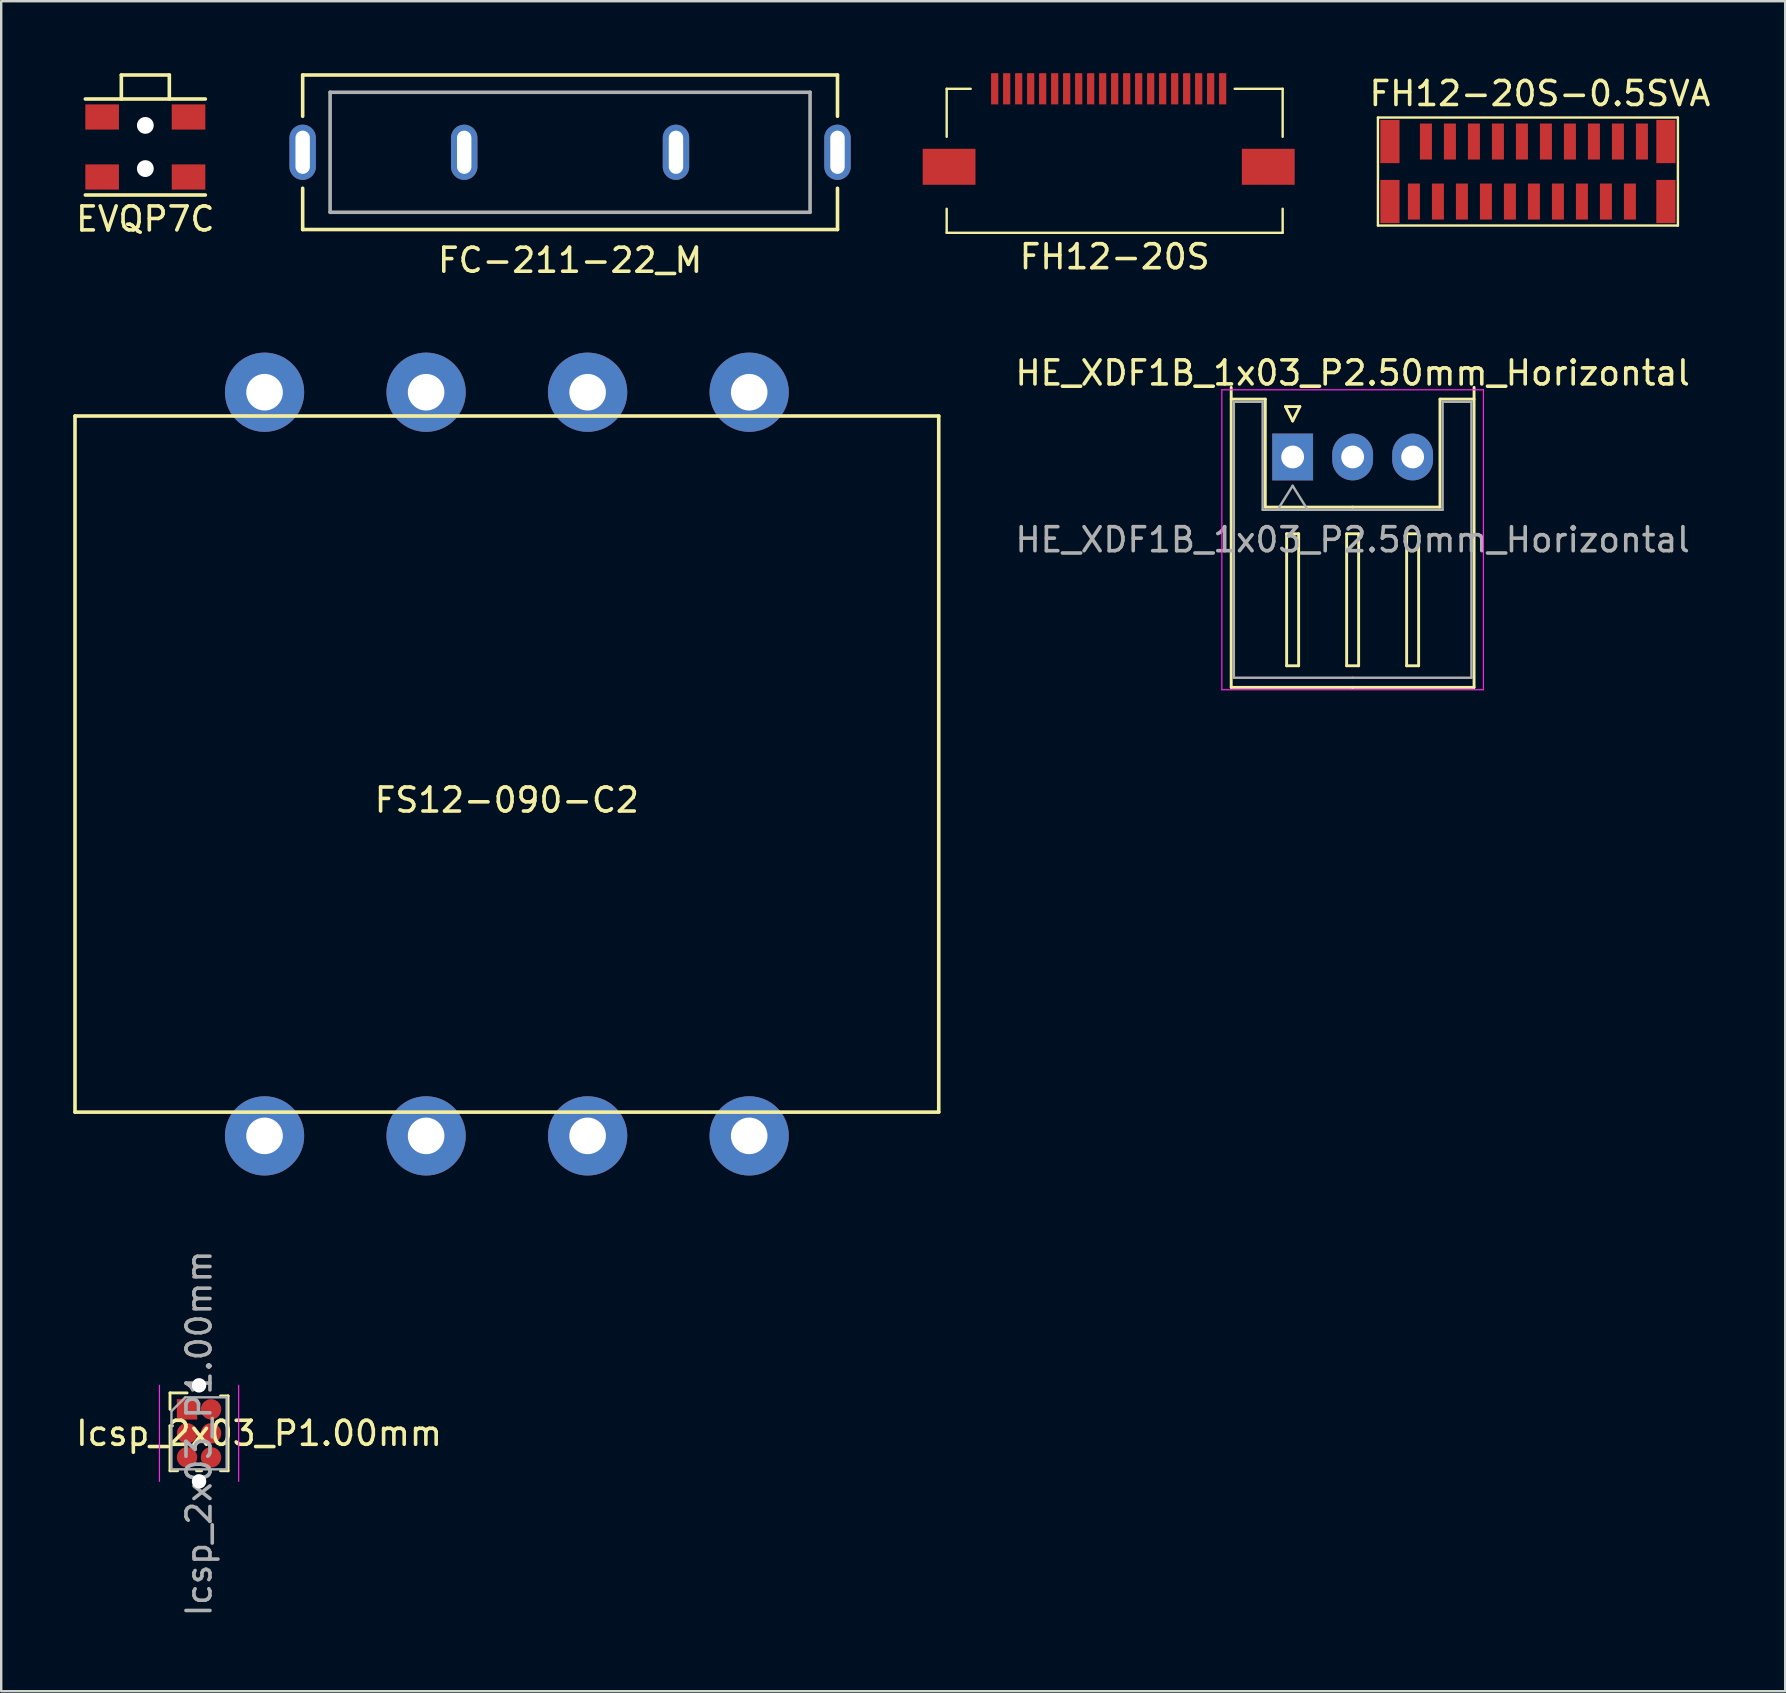
<source format=kicad_pcb>
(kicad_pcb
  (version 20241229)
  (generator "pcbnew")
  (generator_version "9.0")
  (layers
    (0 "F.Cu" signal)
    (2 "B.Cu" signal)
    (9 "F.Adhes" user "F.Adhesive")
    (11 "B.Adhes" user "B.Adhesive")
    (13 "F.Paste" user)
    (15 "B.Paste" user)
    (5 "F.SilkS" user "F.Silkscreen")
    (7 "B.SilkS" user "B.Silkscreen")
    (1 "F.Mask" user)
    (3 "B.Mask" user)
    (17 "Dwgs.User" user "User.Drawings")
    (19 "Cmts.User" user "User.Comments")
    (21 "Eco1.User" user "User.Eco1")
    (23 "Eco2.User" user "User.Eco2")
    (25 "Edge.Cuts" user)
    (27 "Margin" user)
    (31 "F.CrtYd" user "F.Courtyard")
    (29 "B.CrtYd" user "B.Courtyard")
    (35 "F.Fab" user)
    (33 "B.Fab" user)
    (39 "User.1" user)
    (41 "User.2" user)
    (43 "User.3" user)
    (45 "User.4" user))
  (footprint "FS12-090-C2"
    (layer "F.Cu")
    (at 18.071 28.788)
    (property "Reference" "FS12-090-C2" (at 0 1.5 0) (layer "F.SilkS") (effects (font (size 1 1) (thickness 0.15))))
    (attr through_hole)
    (fp_line (start -17.996 -14.503) (end 17.996 -14.503) (stroke (width 0.15) (type solid)) (layer "F.SilkS"))
    (fp_line (start -17.996 14.5) (end -17.996 -14.5) (stroke (width 0.15) (type solid)) (layer "F.SilkS"))
    (fp_line (start 17.996 -14.5) (end 17.996 14.5) (stroke (width 0.15) (type solid)) (layer "F.SilkS"))
    (fp_line (start 17.996 14.503) (end -17.996 14.503) (stroke (width 0.15) (type solid)) (layer "F.SilkS"))
    (pad "1" thru_hole circle (at -10.097 15.494) (size 3.302 3.302) (drill 1.524) (layers "*.Cu" "*.Mask"))
    (pad "2" thru_hole circle (at -3.365 15.494) (size 3.302 3.302) (drill 1.524) (layers "*.Cu" "*.Mask"))
    (pad "3" thru_hole circle (at 3.365 15.494) (size 3.302 3.302) (drill 1.524) (layers "*.Cu" "*.Mask"))
    (pad "4" thru_hole circle (at 10.097 15.494) (size 3.302 3.302) (drill 1.524) (layers "*.Cu" "*.Mask"))
    (pad "5" thru_hole circle (at -10.097 -15.494) (size 3.302 3.302) (drill 1.524) (layers "*.Cu" "*.Mask"))
    (pad "6" thru_hole circle (at -3.365 -15.494) (size 3.302 3.302) (drill 1.524) (layers "*.Cu" "*.Mask"))
    (pad "7" thru_hole circle (at 3.365 -15.494) (size 3.302 3.302) (drill 1.524) (layers "*.Cu" "*.Mask"))
    (pad "8" thru_hole circle (at 10.097 -15.494) (size 3.302 3.302) (drill 1.524) (layers "*.Cu" "*.Mask")))
  (footprint "FH12-20S"
    (layer "F.Cu")
    (at 38.398 0.65)
    (property "Reference" "FH12-20S" (at 5 7 0) (layer "F.SilkS") (effects (font (size 1 1) (thickness 0.15))))
    (attr through_hole)
    (fp_line (start -2 0) (end -1 0) (stroke (width 0.1) (type solid)) (layer "F.SilkS"))
    (fp_line (start -2 2) (end -2 0) (stroke (width 0.1) (type solid)) (layer "F.SilkS"))
    (fp_line (start -2 6) (end -2 5) (stroke (width 0.1) (type solid)) (layer "F.SilkS"))
    (fp_line (start 10 0) (end 12 0) (stroke (width 0.1) (type solid)) (layer "F.SilkS"))
    (fp_line (start 12 0) (end 12 2) (stroke (width 0.1) (type solid)) (layer "F.SilkS"))
    (fp_line (start 12 5) (end 12 6) (stroke (width 0.1) (type solid)) (layer "F.SilkS"))
    (fp_line (start 12 6) (end -2 6) (stroke (width 0.1) (type solid)) (layer "F.SilkS"))
    (pad "" smd rect (at -1.9 3.25) (size 2.2 1.5) (layers "F.Cu" "F.Mask" "F.Paste"))
    (pad "" smd rect (at 11.4 3.25) (size 2.2 1.5) (layers "F.Cu" "F.Mask" "F.Paste"))
    (pad "1" smd rect (at 0 0) (size 0.3 1.3) (layers "F.Cu" "F.Mask" "F.Paste"))
    (pad "2" smd rect (at 0.5 0) (size 0.3 1.3) (layers "F.Cu" "F.Mask" "F.Paste"))
    (pad "3" smd rect (at 1 0) (size 0.3 1.3) (layers "F.Cu" "F.Mask" "F.Paste"))
    (pad "4" smd rect (at 1.5 0) (size 0.3 1.3) (layers "F.Cu" "F.Mask" "F.Paste"))
    (pad "5" smd rect (at 2 0) (size 0.3 1.3) (layers "F.Cu" "F.Mask" "F.Paste"))
    (pad "6" smd rect (at 2.5 0) (size 0.3 1.3) (layers "F.Cu" "F.Mask" "F.Paste"))
    (pad "7" smd rect (at 3 0) (size 0.3 1.3) (layers "F.Cu" "F.Mask" "F.Paste"))
    (pad "8" smd rect (at 3.5 0) (size 0.3 1.3) (layers "F.Cu" "F.Mask" "F.Paste"))
    (pad "9" smd rect (at 4 0) (size 0.3 1.3) (layers "F.Cu" "F.Mask" "F.Paste"))
    (pad "10" smd rect (at 4.5 0) (size 0.3 1.3) (layers "F.Cu" "F.Mask" "F.Paste"))
    (pad "11" smd rect (at 5 0) (size 0.3 1.3) (layers "F.Cu" "F.Mask" "F.Paste"))
    (pad "12" smd rect (at 5.5 0) (size 0.3 1.3) (layers "F.Cu" "F.Mask" "F.Paste"))
    (pad "13" smd rect (at 6 0) (size 0.3 1.3) (layers "F.Cu" "F.Mask" "F.Paste"))
    (pad "14" smd rect (at 6.5 0) (size 0.3 1.3) (layers "F.Cu" "F.Mask" "F.Paste"))
    (pad "15" smd rect (at 7 0) (size 0.3 1.3) (layers "F.Cu" "F.Mask" "F.Paste"))
    (pad "16" smd rect (at 7.5 0) (size 0.3 1.3) (layers "F.Cu" "F.Mask" "F.Paste"))
    (pad "17" smd rect (at 8 0) (size 0.3 1.3) (layers "F.Cu" "F.Mask" "F.Paste"))
    (pad "18" smd rect (at 8.5 0) (size 0.3 1.3) (layers "F.Cu" "F.Mask" "F.Paste"))
    (pad "19" smd rect (at 9 0) (size 0.3 1.3) (layers "F.Cu" "F.Mask" "F.Paste"))
    (pad "20" smd rect (at 9.5 0) (size 0.3 1.3) (layers "F.Cu" "F.Mask" "F.Paste")))
  (footprint "EVQP7C"
    (layer "F.Cu")
    (at 3.006 3.075)
    (property "Reference" "EVQP7C" (at 0 3 0) (layer "F.SilkS") (effects (font (size 1 1) (thickness 0.15))))
    (attr through_hole)
    (fp_line (start -2.5 -2) (end 2.5 -2) (stroke (width 0.15) (type solid)) (layer "F.SilkS"))
    (fp_line (start -1 -3) (end 1 -3) (stroke (width 0.15) (type solid)) (layer "F.SilkS"))
    (fp_line (start -1 -2) (end -1 -3) (stroke (width 0.15) (type solid)) (layer "F.SilkS"))
    (fp_line (start 1 -3) (end 1 -2) (stroke (width 0.15) (type solid)) (layer "F.SilkS"))
    (fp_line (start 2.5 2) (end -2.5 2) (stroke (width 0.15) (type solid)) (layer "F.SilkS"))
    (pad "" np_thru_hole circle (at 0 -0.9) (size 0.7 0.7) (drill 0.7) (layers "*.Cu" "*.Mask"))
    (pad "" np_thru_hole circle (at 0 0.9) (size 0.7 0.7) (drill 0.7) (layers "*.Cu" "*.Mask"))
    (pad "1" smd rect (at -1.8 -1.25) (size 1.4 1.05) (layers "F.Cu" "F.Mask" "F.Paste"))
    (pad "1" smd rect (at 1.8 -1.25) (size 1.4 1.05) (layers "F.Cu" "F.Mask" "F.Paste"))
    (pad "2" smd rect (at -1.8 1.25) (size 1.4 1.05) (layers "F.Cu" "F.Mask" "F.Paste"))
    (pad "2" smd rect (at 1.8 1.25) (size 1.4 1.05) (layers "F.Cu" "F.Mask" "F.Paste")))
  (footprint "Icsp_2x03_P1.00mm"
    (layer "F.Cu")
    (at 4.744 55.677)
    (property "Reference" "Icsp_2x03_P1.00mm" (at 3 1 0) (layer "F.SilkS") (effects (font (size 1 1) (thickness 0.15))))
    (attr through_hole)
    (fp_line (start -0.71 -0.685) (end 0 -0.685) (stroke (width 0.12) (type solid)) (layer "F.SilkS"))
    (fp_line (start -0.71 0) (end -0.71 -0.685) (stroke (width 0.12) (type solid)) (layer "F.SilkS"))
    (fp_line (start -0.71 0.685) (end -0.71 2.56) (stroke (width 0.12) (type solid)) (layer "F.SilkS"))
    (fp_line (start -0.71 0.685) (end -0.608 0.685) (stroke (width 0.12) (type solid)) (layer "F.SilkS"))
    (fp_line (start -0.71 2.56) (end -0.394 2.56) (stroke (width 0.12) (type solid)) (layer "F.SilkS"))
    (fp_line (start 0.394 2.56) (end 0.606 2.56) (stroke (width 0.12) (type solid)) (layer "F.SilkS"))
    (fp_line (start 1.394 -0.56) (end 1.71 -0.56) (stroke (width 0.12) (type solid)) (layer "F.SilkS"))
    (fp_line (start 1.394 2.56) (end 1.71 2.56) (stroke (width 0.12) (type solid)) (layer "F.SilkS"))
    (fp_line (start 1.71 -0.56) (end 1.71 2.56) (stroke (width 0.12) (type solid)) (layer "F.SilkS"))
    (fp_line (start -1.15 -1) (end -1.15 3) (stroke (width 0.05) (type solid)) (layer "F.CrtYd"))
    (fp_line (start 2.15 3) (end 2.15 -1) (stroke (width 0.05) (type solid)) (layer "F.CrtYd"))
    (fp_line (start -0.65 0.075) (end -0.075 -0.5) (stroke (width 0.1) (type solid)) (layer "F.Fab"))
    (fp_line (start -0.65 2.5) (end -0.65 0.075) (stroke (width 0.1) (type solid)) (layer "F.Fab"))
    (fp_line (start -0.075 -0.5) (end 1.65 -0.5) (stroke (width 0.1) (type solid)) (layer "F.Fab"))
    (fp_line (start 1.65 -0.5) (end 1.65 2.5) (stroke (width 0.1) (type solid)) (layer "F.Fab"))
    (fp_line (start 1.65 2.5) (end -0.65 2.5) (stroke (width 0.1) (type solid)) (layer "F.Fab"))
    (fp_text user "${REFERENCE}" (at 0.5 1 90) (layer "F.Fab") (effects (font (size 1 1) (thickness 0.15))))
    (pad "" np_thru_hole circle (at 0.5 -1) (size 0.6 0.6) (drill 0.6) (layers "*.Cu" "*.Mask"))
    (pad "" np_thru_hole circle (at 0.5 3) (size 0.6 0.6) (drill 0.6) (layers "*.Cu" "*.Mask"))
    (pad "1" smd rect (at 0 0) (size 0.85 0.85) (layers "F.Cu" "F.Mask"))
    (pad "2" smd oval (at 1 0) (size 0.85 0.85) (layers "F.Cu" "F.Mask"))
    (pad "3" smd oval (at 0 1) (size 0.85 0.85) (layers "F.Cu" "F.Mask"))
    (pad "4" smd oval (at 1 1) (size 0.85 0.85) (layers "F.Cu" "F.Mask"))
    (pad "5" smd oval (at 0 2) (size 0.85 0.85) (layers "F.Cu" "F.Mask"))
    (pad "6" smd oval (at 1 2) (size 0.85 0.85) (layers "F.Cu" "F.Mask")))
  (footprint "HE_XDF1B_1x03_P2.50mm_Horizontal"
    (layer "F.Cu")
    (at 53.314 15.992)
    (property "Reference" "HE_XDF1B_1x03_P2.50mm_Horizontal" (at 0 -3.5 0) (layer "F.SilkS") (effects (font (size 1 1) (thickness 0.15))))
    (attr through_hole)
    (fp_line (start -5.06 -2.41) (end -3.64 -2.41) (stroke (width 0.12) (type solid)) (layer "F.SilkS"))
    (fp_line (start -5.06 9.6) (end -5.06 -2.9) (stroke (width 0.12) (type solid)) (layer "F.SilkS"))
    (fp_line (start -3.64 -2.41) (end -3.64 2.09) (stroke (width 0.12) (type solid)) (layer "F.SilkS"))
    (fp_line (start -3.64 2.09) (end 0 2.09) (stroke (width 0.12) (type solid)) (layer "F.SilkS"))
    (fp_line (start -2.8 -2.1) (end -2.2 -2.1) (stroke (width 0.12) (type solid)) (layer "F.SilkS"))
    (fp_line (start -2.75 3.2) (end -2.75 8.7) (stroke (width 0.12) (type solid)) (layer "F.SilkS"))
    (fp_line (start -2.75 8.7) (end -2.25 8.7) (stroke (width 0.12) (type solid)) (layer "F.SilkS"))
    (fp_line (start -2.5 -1.5) (end -2.8 -2.1) (stroke (width 0.12) (type solid)) (layer "F.SilkS"))
    (fp_line (start -2.25 3.2) (end -2.75 3.2) (stroke (width 0.12) (type solid)) (layer "F.SilkS"))
    (fp_line (start -2.25 8.7) (end -2.25 3.2) (stroke (width 0.12) (type solid)) (layer "F.SilkS"))
    (fp_line (start -2.2 -2.1) (end -2.5 -1.5) (stroke (width 0.12) (type solid)) (layer "F.SilkS"))
    (fp_line (start -0.25 3.2) (end -0.25 8.7) (stroke (width 0.12) (type solid)) (layer "F.SilkS"))
    (fp_line (start -0.25 8.7) (end 0.25 8.7) (stroke (width 0.12) (type solid)) (layer "F.SilkS"))
    (fp_line (start 0 9.6) (end -5.06 9.6) (stroke (width 0.12) (type solid)) (layer "F.SilkS"))
    (fp_line (start 0 9.6) (end 5.06 9.6) (stroke (width 0.12) (type solid)) (layer "F.SilkS"))
    (fp_line (start 0.25 3.2) (end -0.25 3.2) (stroke (width 0.12) (type solid)) (layer "F.SilkS"))
    (fp_line (start 0.25 8.7) (end 0.25 3.2) (stroke (width 0.12) (type solid)) (layer "F.SilkS"))
    (fp_line (start 2.25 3.2) (end 2.25 8.7) (stroke (width 0.12) (type solid)) (layer "F.SilkS"))
    (fp_line (start 2.25 8.7) (end 2.75 8.7) (stroke (width 0.12) (type solid)) (layer "F.SilkS"))
    (fp_line (start 2.75 3.2) (end 2.25 3.2) (stroke (width 0.12) (type solid)) (layer "F.SilkS"))
    (fp_line (start 2.75 8.7) (end 2.75 3.2) (stroke (width 0.12) (type solid)) (layer "F.SilkS"))
    (fp_line (start 3.64 -2.41) (end 3.64 2.09) (stroke (width 0.12) (type solid)) (layer "F.SilkS"))
    (fp_line (start 3.64 2.09) (end 0 2.09) (stroke (width 0.12) (type solid)) (layer "F.SilkS"))
    (fp_line (start 5.06 -2.41) (end 3.64 -2.41) (stroke (width 0.12) (type solid)) (layer "F.SilkS"))
    (fp_line (start 5.06 9.6) (end 5.06 -2.9) (stroke (width 0.12) (type solid)) (layer "F.SilkS"))
    (fp_line (start -5.45 -2.8) (end -5.45 9.7) (stroke (width 0.05) (type solid)) (layer "F.CrtYd"))
    (fp_line (start -5.45 9.7) (end 5.45 9.7) (stroke (width 0.05) (type solid)) (layer "F.CrtYd"))
    (fp_line (start 5.45 -2.8) (end -5.45 -2.8) (stroke (width 0.05) (type solid)) (layer "F.CrtYd"))
    (fp_line (start 5.45 9.7) (end 5.45 -2.8) (stroke (width 0.05) (type solid)) (layer "F.CrtYd"))
    (fp_line (start -4.95 -2.3) (end -3.75 -2.3) (stroke (width 0.1) (type solid)) (layer "F.Fab"))
    (fp_line (start -4.95 9.2) (end -4.95 -2.3) (stroke (width 0.1) (type solid)) (layer "F.Fab"))
    (fp_line (start -3.75 -2.3) (end -3.75 2.2) (stroke (width 0.1) (type solid)) (layer "F.Fab"))
    (fp_line (start -3.75 2.2) (end 0 2.2) (stroke (width 0.1) (type solid)) (layer "F.Fab"))
    (fp_line (start -3.125 2.2) (end -2.5 1.2) (stroke (width 0.1) (type solid)) (layer "F.Fab"))
    (fp_line (start -2.5 1.2) (end -1.875 2.2) (stroke (width 0.1) (type solid)) (layer "F.Fab"))
    (fp_line (start 0 9.2) (end -4.95 9.2) (stroke (width 0.1) (type solid)) (layer "F.Fab"))
    (fp_line (start 0 9.2) (end 4.95 9.2) (stroke (width 0.1) (type solid)) (layer "F.Fab"))
    (fp_line (start 3.75 -2.3) (end 3.75 2.2) (stroke (width 0.1) (type solid)) (layer "F.Fab"))
    (fp_line (start 3.75 2.2) (end 0 2.2) (stroke (width 0.1) (type solid)) (layer "F.Fab"))
    (fp_line (start 4.95 -2.3) (end 3.75 -2.3) (stroke (width 0.1) (type solid)) (layer "F.Fab"))
    (fp_line (start 4.95 9.2) (end 4.95 -2.3) (stroke (width 0.1) (type solid)) (layer "F.Fab"))
    (fp_text user "${REFERENCE}" (at 0 3.45 0) (layer "F.Fab") (effects (font (size 1 1) (thickness 0.15))))
    (pad "1" thru_hole rect (at -2.5 0) (size 1.7 1.95) (drill 0.95) (layers "*.Cu" "*.Mask"))
    (pad "2" thru_hole oval (at 0 0) (size 1.7 1.95) (drill 0.95) (layers "*.Cu" "*.Mask"))
    (pad "3" thru_hole oval (at 2.5 0) (size 1.7 1.95) (drill 0.95) (layers "*.Cu" "*.Mask")))
  (footprint "FH12-20S-0.5SVA"
    (layer "F.Cu")
    (at 55.868 5.348)
    (property "Reference" "FH12-20S-0.5SVA" (at 5.25 -4.5 0) (layer "F.SilkS") (effects (font (size 1 1) (thickness 0.15))))
    (attr through_hole)
    (fp_line (start -1.5 -3.5) (end 11 -3.5) (stroke (width 0.1) (type solid)) (layer "F.SilkS"))
    (fp_line (start -1.5 1) (end -1.5 -3.5) (stroke (width 0.1) (type solid)) (layer "F.SilkS"))
    (fp_line (start 11 -3.5) (end 11 1) (stroke (width 0.1) (type solid)) (layer "F.SilkS"))
    (fp_line (start 11 1) (end -1.5 1) (stroke (width 0.1) (type solid)) (layer "F.SilkS"))
    (pad "" smd rect (at -1 -2.5) (size 0.8 1.8) (layers "F.Cu" "F.Mask" "F.Paste"))
    (pad "" smd rect (at -1 0) (size 0.8 1.8) (layers "F.Cu" "F.Mask" "F.Paste"))
    (pad "" smd rect (at 10.5 -2.5) (size 0.8 1.8) (layers "F.Cu" "F.Mask" "F.Paste"))
    (pad "" smd rect (at 10.5 0) (size 0.8 1.8) (layers "F.Cu" "F.Mask" "F.Paste"))
    (pad "1" smd rect (at 9.5 -2.5) (size 0.5 1.5) (layers "F.Cu" "F.Mask" "F.Paste"))
    (pad "2" smd rect (at 9 0) (size 0.5 1.5) (layers "F.Cu" "F.Mask" "F.Paste"))
    (pad "3" smd rect (at 8.5 -2.5) (size 0.5 1.5) (layers "F.Cu" "F.Mask" "F.Paste"))
    (pad "4" smd rect (at 8 0) (size 0.5 1.5) (layers "F.Cu" "F.Mask" "F.Paste"))
    (pad "5" smd rect (at 7.5 -2.5) (size 0.5 1.5) (layers "F.Cu" "F.Mask" "F.Paste"))
    (pad "6" smd rect (at 7 0) (size 0.5 1.5) (layers "F.Cu" "F.Mask" "F.Paste"))
    (pad "7" smd rect (at 6.5 -2.5) (size 0.5 1.5) (layers "F.Cu" "F.Mask" "F.Paste"))
    (pad "8" smd rect (at 6 0) (size 0.5 1.5) (layers "F.Cu" "F.Mask" "F.Paste"))
    (pad "9" smd rect (at 5.5 -2.5) (size 0.5 1.5) (layers "F.Cu" "F.Mask" "F.Paste"))
    (pad "10" smd rect (at 5 0) (size 0.5 1.5) (layers "F.Cu" "F.Mask" "F.Paste"))
    (pad "11" smd rect (at 4.5 -2.5) (size 0.5 1.5) (layers "F.Cu" "F.Mask" "F.Paste"))
    (pad "12" smd rect (at 4 0) (size 0.5 1.5) (layers "F.Cu" "F.Mask" "F.Paste"))
    (pad "13" smd rect (at 3.5 -2.5) (size 0.5 1.5) (layers "F.Cu" "F.Mask" "F.Paste"))
    (pad "14" smd rect (at 3 0) (size 0.5 1.5) (layers "F.Cu" "F.Mask" "F.Paste"))
    (pad "15" smd rect (at 2.5 -2.5) (size 0.5 1.5) (layers "F.Cu" "F.Mask" "F.Paste"))
    (pad "16" smd rect (at 2 0) (size 0.5 1.5) (layers "F.Cu" "F.Mask" "F.Paste"))
    (pad "17" smd rect (at 1.5 -2.5) (size 0.5 1.5) (layers "F.Cu" "F.Mask" "F.Paste"))
    (pad "18" smd rect (at 1 0) (size 0.5 1.5) (layers "F.Cu" "F.Mask" "F.Paste"))
    (pad "19" smd rect (at 0.5 -2.5) (size 0.5 1.5) (layers "F.Cu" "F.Mask" "F.Paste"))
    (pad "20" smd rect (at 0 0) (size 0.5 1.5) (layers "F.Cu" "F.Mask" "F.Paste")))
  (footprint "FC-211-22_M"
    (layer "F.Cu")
    (at 20.705 3.295)
    (property "Reference" "FC-211-22_M" (at 0 4.5 0) (layer "F.SilkS") (effects (font (size 1 1) (thickness 0.15))))
    (attr through_hole)
    (fp_line (start -11.143 -3.22) (end -11.143 -1.5) (stroke (width 0.15) (type solid)) (layer "F.SilkS"))
    (fp_line (start -11.143 1.5) (end -11.143 3.22) (stroke (width 0.15) (type solid)) (layer "F.SilkS"))
    (fp_line (start -11.143 3.22) (end 11.143 3.22) (stroke (width 0.15) (type solid)) (layer "F.SilkS"))
    (fp_line (start 11.143 -3.22) (end -11.143 -3.22) (stroke (width 0.15) (type solid)) (layer "F.SilkS"))
    (fp_line (start 11.143 -1.5) (end 11.143 -3.22) (stroke (width 0.15) (type solid)) (layer "F.SilkS"))
    (fp_line (start 11.143 3.22) (end 11.143 1.5) (stroke (width 0.15) (type solid)) (layer "F.SilkS"))
    (fp_line (start -10 -2.5) (end -10 2.5) (stroke (width 0.15) (type solid)) (layer "F.Fab"))
    (fp_line (start -10 2.5) (end 10 2.5) (stroke (width 0.15) (type solid)) (layer "F.Fab"))
    (fp_line (start 10 -2.5) (end -10 -2.5) (stroke (width 0.15) (type solid)) (layer "F.Fab"))
    (fp_line (start 10 2.5) (end 10 -2.5) (stroke (width 0.15) (type solid)) (layer "F.Fab"))
    (pad "1" thru_hole oval (at -11.143 0) (size 1.1 2.3) (drill oval 0.6 1.8) (layers "*.Cu" "*.Mask"))
    (pad "1" thru_hole oval (at -4.412 0) (size 1.1 2.3) (drill oval 0.6 1.8) (layers "*.Cu" "*.Mask"))
    (pad "2" thru_hole oval (at 4.412 0) (size 1.1 2.3) (drill oval 0.6 1.8) (layers "*.Cu" "*.Mask"))
    (pad "2" thru_hole oval (at 11.143 0) (size 1.1 2.3) (drill oval 0.6 1.8) (layers "*.Cu" "*.Mask")))
  (gr_rect
    (start -3 -3)
    (end 71.338 67.421)
    (stroke (width 0.1) (type default))
    (fill no)
    (layer "Edge.Cuts")))
</source>
